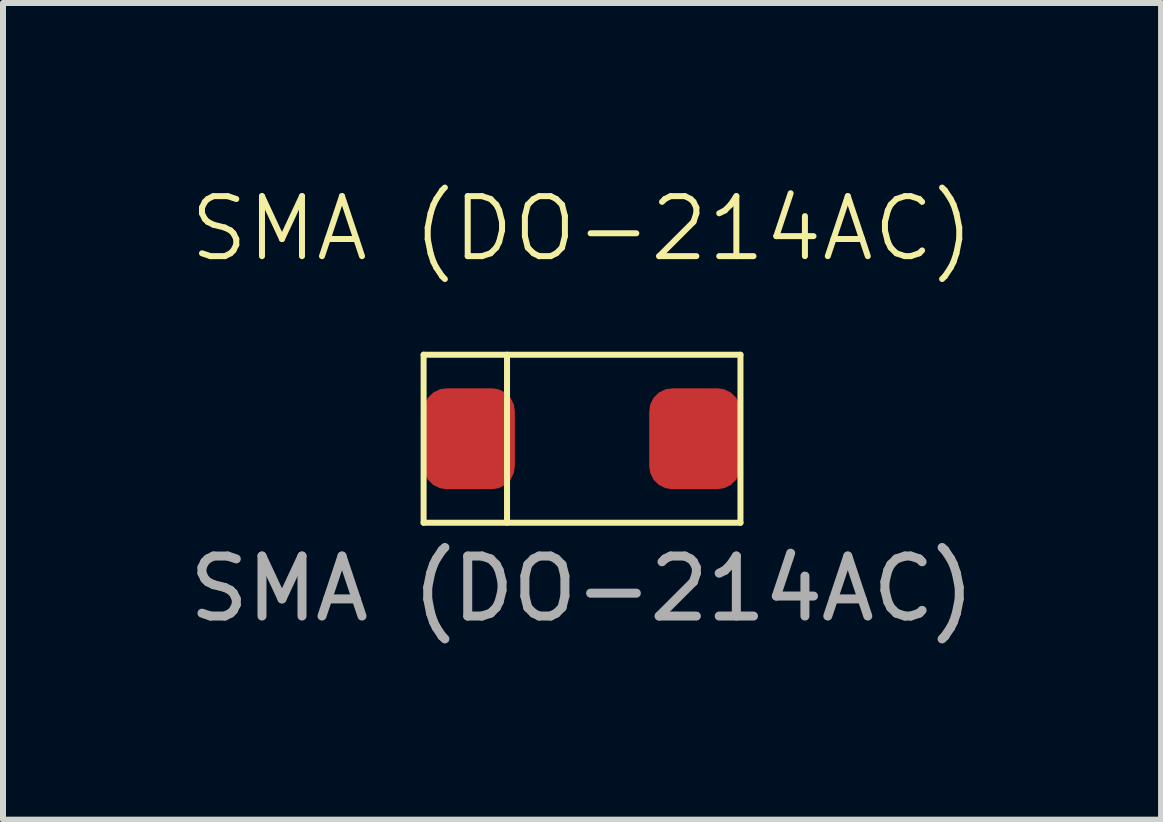
<source format=kicad_pcb>
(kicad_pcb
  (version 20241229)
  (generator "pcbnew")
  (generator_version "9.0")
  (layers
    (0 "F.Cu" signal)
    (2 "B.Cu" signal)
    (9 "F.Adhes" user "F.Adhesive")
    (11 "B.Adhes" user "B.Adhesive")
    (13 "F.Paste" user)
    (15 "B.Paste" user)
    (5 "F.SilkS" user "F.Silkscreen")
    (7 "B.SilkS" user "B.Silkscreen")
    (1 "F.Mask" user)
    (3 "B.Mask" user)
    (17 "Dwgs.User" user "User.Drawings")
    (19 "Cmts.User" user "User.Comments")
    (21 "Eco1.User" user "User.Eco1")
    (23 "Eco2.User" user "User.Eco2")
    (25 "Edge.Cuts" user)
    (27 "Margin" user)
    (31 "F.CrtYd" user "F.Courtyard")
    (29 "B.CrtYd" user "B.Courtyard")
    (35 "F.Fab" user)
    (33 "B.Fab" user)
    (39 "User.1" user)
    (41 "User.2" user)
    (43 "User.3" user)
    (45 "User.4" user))
  (footprint "SMA (DO-214AC)"
    (layer "F.Cu")
    (at 6.649 4.261)
    (property "Reference" "SMA (DO-214AC)" (at 0 -3.5 0) (unlocked yes) (layer "F.SilkS") (effects (font (size 1 1) (thickness 0.1))))
    (attr smd)
    (fp_line (start -2.64 -1.4) (end 2.64 -1.4) (stroke (width 0.1) (type default)) (layer "F.SilkS"))
    (fp_line (start -2.64 1.4) (end -2.64 -1.4) (stroke (width 0.1) (type default)) (layer "F.SilkS"))
    (fp_line (start -1.25 -1.4) (end -1.25 1.4) (stroke (width 0.1) (type default)) (layer "F.SilkS"))
    (fp_line (start 2.64 -1.4) (end 2.64 1.4) (stroke (width 0.1) (type default)) (layer "F.SilkS"))
    (fp_line (start 2.64 1.4) (end -2.64 1.4) (stroke (width 0.1) (type default)) (layer "F.SilkS"))
    (fp_text user "${REFERENCE}" (at 0 2.5 0) (unlocked yes) (layer "F.Fab") (effects (font (size 1 1) (thickness 0.15))))
    (pad "1" smd roundrect (at -1.88 0) (size 1.52 1.68) (layers "F.Cu" "F.Mask" "F.Paste") (roundrect_rratio 0.25))
    (pad "2" smd roundrect (at 1.88 0) (size 1.52 1.68) (layers "F.Cu" "F.Mask" "F.Paste") (roundrect_rratio 0.25)))
  (gr_rect
    (start -3 -3)
    (end 16.298 10.609)
    (stroke (width 0.1) (type default))
    (fill no)
    (layer "Edge.Cuts")))
</source>
